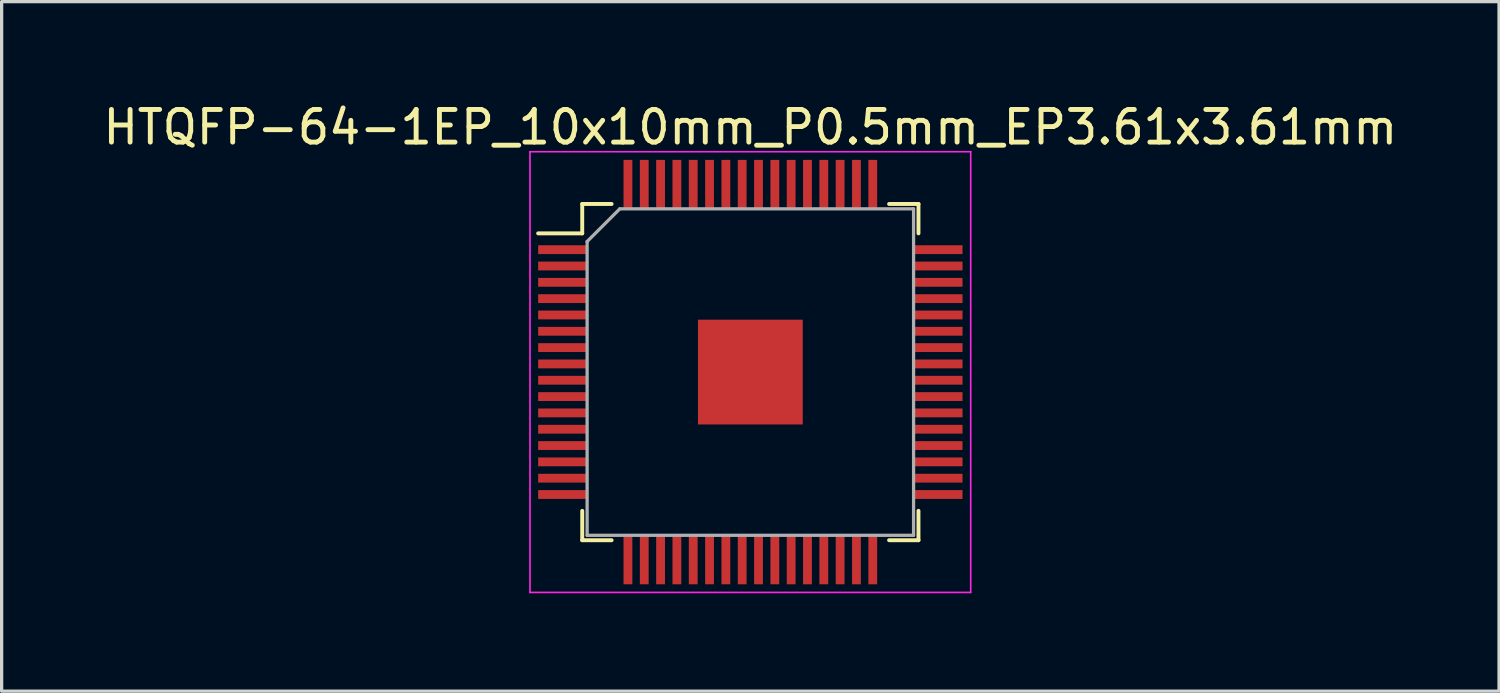
<source format=kicad_pcb>
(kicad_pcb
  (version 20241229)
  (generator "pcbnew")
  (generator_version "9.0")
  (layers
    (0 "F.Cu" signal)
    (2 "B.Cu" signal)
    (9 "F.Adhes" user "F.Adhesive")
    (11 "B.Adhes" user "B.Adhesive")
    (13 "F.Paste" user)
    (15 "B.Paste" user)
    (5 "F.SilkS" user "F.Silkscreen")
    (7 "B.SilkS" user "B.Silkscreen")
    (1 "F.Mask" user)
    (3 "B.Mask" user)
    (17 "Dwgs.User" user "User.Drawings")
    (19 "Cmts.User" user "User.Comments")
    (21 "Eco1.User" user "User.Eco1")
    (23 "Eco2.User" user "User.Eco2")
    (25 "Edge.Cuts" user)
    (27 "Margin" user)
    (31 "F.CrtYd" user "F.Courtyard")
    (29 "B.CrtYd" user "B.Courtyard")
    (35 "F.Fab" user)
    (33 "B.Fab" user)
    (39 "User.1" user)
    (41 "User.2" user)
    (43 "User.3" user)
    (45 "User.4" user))
  (footprint "HTQFP-64-1EP_10x10mm_P0.5mm_EP3.61x3.61mm"
    (layer "F.Cu")
    (at 19.935 8.348)
    (property "Reference" "HTQFP-64-1EP_10x10mm_P0.5mm_EP3.61x3.61mm" (at 0 -7.5 0) (layer "F.SilkS") (effects (font (size 1 1) (thickness 0.15))))
    (attr smd)
    (fp_line (start -5.15 -5.15) (end -5.15 -4.25) (stroke (width 0.12) (type solid)) (layer "F.SilkS"))
    (fp_line (start -5.15 -4.25) (end -6.5 -4.25) (stroke (width 0.12) (type solid)) (layer "F.SilkS"))
    (fp_line (start -5.15 5.15) (end -5.15 4.25) (stroke (width 0.12) (type solid)) (layer "F.SilkS"))
    (fp_line (start -4.25 -5.15) (end -5.15 -5.15) (stroke (width 0.12) (type solid)) (layer "F.SilkS"))
    (fp_line (start -4.25 5.15) (end -5.15 5.15) (stroke (width 0.12) (type solid)) (layer "F.SilkS"))
    (fp_line (start 4.25 -5.15) (end 5.15 -5.15) (stroke (width 0.12) (type solid)) (layer "F.SilkS"))
    (fp_line (start 4.25 5.15) (end 5.15 5.15) (stroke (width 0.12) (type solid)) (layer "F.SilkS"))
    (fp_line (start 5.15 -5.15) (end 5.15 -4.25) (stroke (width 0.12) (type solid)) (layer "F.SilkS"))
    (fp_line (start 5.15 5.15) (end 5.15 4.25) (stroke (width 0.12) (type solid)) (layer "F.SilkS"))
    (fp_line (start -6.75 -6.75) (end 6.75 -6.75) (stroke (width 0.05) (type solid)) (layer "F.CrtYd"))
    (fp_line (start -6.75 6.75) (end -6.75 -6.75) (stroke (width 0.05) (type solid)) (layer "F.CrtYd"))
    (fp_line (start 6.75 -6.75) (end 6.75 6.75) (stroke (width 0.05) (type solid)) (layer "F.CrtYd"))
    (fp_line (start 6.75 6.75) (end -6.75 6.75) (stroke (width 0.05) (type solid)) (layer "F.CrtYd"))
    (fp_line (start -5 -4) (end -5 5) (stroke (width 0.1) (type solid)) (layer "F.Fab"))
    (fp_line (start -5 5) (end 5 5) (stroke (width 0.1) (type solid)) (layer "F.Fab"))
    (fp_line (start -4 -5) (end -5 -4) (stroke (width 0.1) (type solid)) (layer "F.Fab"))
    (fp_line (start 5 -5) (end -4 -5) (stroke (width 0.1) (type solid)) (layer "F.Fab"))
    (fp_line (start 5 5) (end 5 -5) (stroke (width 0.1) (type solid)) (layer "F.Fab"))
    (pad "1" smd rect (at -5.75 -3.75 90) (size 0.27 1.5) (layers "F.Cu" "F.Mask" "F.Paste"))
    (pad "2" smd rect (at -5.75 -3.25 90) (size 0.27 1.5) (layers "F.Cu" "F.Mask" "F.Paste"))
    (pad "3" smd rect (at -5.75 -2.75 90) (size 0.27 1.5) (layers "F.Cu" "F.Mask" "F.Paste"))
    (pad "4" smd rect (at -5.75 -2.25 90) (size 0.27 1.5) (layers "F.Cu" "F.Mask" "F.Paste"))
    (pad "5" smd rect (at -5.75 -1.75 90) (size 0.27 1.5) (layers "F.Cu" "F.Mask" "F.Paste"))
    (pad "6" smd rect (at -5.75 -1.25 90) (size 0.27 1.5) (layers "F.Cu" "F.Mask" "F.Paste"))
    (pad "7" smd rect (at -5.75 -0.75 90) (size 0.27 1.5) (layers "F.Cu" "F.Mask" "F.Paste"))
    (pad "8" smd rect (at -5.75 -0.25 90) (size 0.27 1.5) (layers "F.Cu" "F.Mask" "F.Paste"))
    (pad "9" smd rect (at -5.75 0.25 90) (size 0.27 1.5) (layers "F.Cu" "F.Mask" "F.Paste"))
    (pad "10" smd rect (at -5.75 0.75 90) (size 0.27 1.5) (layers "F.Cu" "F.Mask" "F.Paste"))
    (pad "11" smd rect (at -5.75 1.25 90) (size 0.27 1.5) (layers "F.Cu" "F.Mask" "F.Paste"))
    (pad "12" smd rect (at -5.75 1.75 90) (size 0.27 1.5) (layers "F.Cu" "F.Mask" "F.Paste"))
    (pad "13" smd rect (at -5.75 2.25 90) (size 0.27 1.5) (layers "F.Cu" "F.Mask" "F.Paste"))
    (pad "14" smd rect (at -5.75 2.75 90) (size 0.27 1.5) (layers "F.Cu" "F.Mask" "F.Paste"))
    (pad "15" smd rect (at -5.75 3.25 90) (size 0.27 1.5) (layers "F.Cu" "F.Mask" "F.Paste"))
    (pad "16" smd rect (at -5.75 3.75 90) (size 0.27 1.5) (layers "F.Cu" "F.Mask" "F.Paste"))
    (pad "17" smd rect (at -3.75 5.75) (size 0.27 1.5) (layers "F.Cu" "F.Mask" "F.Paste"))
    (pad "18" smd rect (at -3.25 5.75) (size 0.27 1.5) (layers "F.Cu" "F.Mask" "F.Paste"))
    (pad "19" smd rect (at -2.75 5.75) (size 0.27 1.5) (layers "F.Cu" "F.Mask" "F.Paste"))
    (pad "20" smd rect (at -2.25 5.75) (size 0.27 1.5) (layers "F.Cu" "F.Mask" "F.Paste"))
    (pad "21" smd rect (at -1.75 5.75) (size 0.27 1.5) (layers "F.Cu" "F.Mask" "F.Paste"))
    (pad "22" smd rect (at -1.25 5.75) (size 0.27 1.5) (layers "F.Cu" "F.Mask" "F.Paste"))
    (pad "23" smd rect (at -0.75 5.75) (size 0.27 1.5) (layers "F.Cu" "F.Mask" "F.Paste"))
    (pad "24" smd rect (at -0.25 5.75) (size 0.27 1.5) (layers "F.Cu" "F.Mask" "F.Paste"))
    (pad "25" smd rect (at 0.25 5.75) (size 0.27 1.5) (layers "F.Cu" "F.Mask" "F.Paste"))
    (pad "26" smd rect (at 0.75 5.75) (size 0.27 1.5) (layers "F.Cu" "F.Mask" "F.Paste"))
    (pad "27" smd rect (at 1.25 5.75) (size 0.27 1.5) (layers "F.Cu" "F.Mask" "F.Paste"))
    (pad "28" smd rect (at 1.75 5.75) (size 0.27 1.5) (layers "F.Cu" "F.Mask" "F.Paste"))
    (pad "29" smd rect (at 2.25 5.75) (size 0.27 1.5) (layers "F.Cu" "F.Mask" "F.Paste"))
    (pad "30" smd rect (at 2.75 5.75) (size 0.27 1.5) (layers "F.Cu" "F.Mask" "F.Paste"))
    (pad "31" smd rect (at 3.25 5.75) (size 0.27 1.5) (layers "F.Cu" "F.Mask" "F.Paste"))
    (pad "32" smd rect (at 3.75 5.75) (size 0.27 1.5) (layers "F.Cu" "F.Mask" "F.Paste"))
    (pad "33" smd rect (at 5.75 3.75 90) (size 0.27 1.5) (layers "F.Cu" "F.Mask" "F.Paste"))
    (pad "34" smd rect (at 5.75 3.25 90) (size 0.27 1.5) (layers "F.Cu" "F.Mask" "F.Paste"))
    (pad "35" smd rect (at 5.75 2.75 90) (size 0.27 1.5) (layers "F.Cu" "F.Mask" "F.Paste"))
    (pad "36" smd rect (at 5.75 2.25 90) (size 0.27 1.5) (layers "F.Cu" "F.Mask" "F.Paste"))
    (pad "37" smd rect (at 5.75 1.75 90) (size 0.27 1.5) (layers "F.Cu" "F.Mask" "F.Paste"))
    (pad "38" smd rect (at 5.75 1.25 90) (size 0.27 1.5) (layers "F.Cu" "F.Mask" "F.Paste"))
    (pad "39" smd rect (at 5.75 0.75 90) (size 0.27 1.5) (layers "F.Cu" "F.Mask" "F.Paste"))
    (pad "40" smd rect (at 5.75 0.25 90) (size 0.27 1.5) (layers "F.Cu" "F.Mask" "F.Paste"))
    (pad "41" smd rect (at 5.75 -0.25 90) (size 0.27 1.5) (layers "F.Cu" "F.Mask" "F.Paste"))
    (pad "42" smd rect (at 5.75 -0.75 90) (size 0.27 1.5) (layers "F.Cu" "F.Mask" "F.Paste"))
    (pad "43" smd rect (at 5.75 -1.25 90) (size 0.27 1.5) (layers "F.Cu" "F.Mask" "F.Paste"))
    (pad "44" smd rect (at 5.75 -1.75 90) (size 0.27 1.5) (layers "F.Cu" "F.Mask" "F.Paste"))
    (pad "45" smd rect (at 5.75 -2.25 90) (size 0.27 1.5) (layers "F.Cu" "F.Mask" "F.Paste"))
    (pad "46" smd rect (at 5.75 -2.75 90) (size 0.27 1.5) (layers "F.Cu" "F.Mask" "F.Paste"))
    (pad "47" smd rect (at 5.75 -3.25 90) (size 0.27 1.5) (layers "F.Cu" "F.Mask" "F.Paste"))
    (pad "48" smd rect (at 5.75 -3.75 90) (size 0.27 1.5) (layers "F.Cu" "F.Mask" "F.Paste"))
    (pad "49" smd rect (at 3.75 -5.75) (size 0.27 1.5) (layers "F.Cu" "F.Mask" "F.Paste"))
    (pad "50" smd rect (at 3.25 -5.75) (size 0.27 1.5) (layers "F.Cu" "F.Mask" "F.Paste"))
    (pad "51" smd rect (at 2.75 -5.75) (size 0.27 1.5) (layers "F.Cu" "F.Mask" "F.Paste"))
    (pad "52" smd rect (at 2.25 -5.75) (size 0.27 1.5) (layers "F.Cu" "F.Mask" "F.Paste"))
    (pad "53" smd rect (at 1.75 -5.75) (size 0.27 1.5) (layers "F.Cu" "F.Mask" "F.Paste"))
    (pad "54" smd rect (at 1.25 -5.75) (size 0.27 1.5) (layers "F.Cu" "F.Mask" "F.Paste"))
    (pad "55" smd rect (at 0.75 -5.75) (size 0.27 1.5) (layers "F.Cu" "F.Mask" "F.Paste"))
    (pad "56" smd rect (at 0.25 -5.75) (size 0.27 1.5) (layers "F.Cu" "F.Mask" "F.Paste"))
    (pad "57" smd rect (at -0.25 -5.75) (size 0.27 1.5) (layers "F.Cu" "F.Mask" "F.Paste"))
    (pad "58" smd rect (at -0.75 -5.75) (size 0.27 1.5) (layers "F.Cu" "F.Mask" "F.Paste"))
    (pad "59" smd rect (at -1.25 -5.75) (size 0.27 1.5) (layers "F.Cu" "F.Mask" "F.Paste"))
    (pad "60" smd rect (at -1.75 -5.75) (size 0.27 1.5) (layers "F.Cu" "F.Mask" "F.Paste"))
    (pad "61" smd rect (at -2.25 -5.75) (size 0.27 1.5) (layers "F.Cu" "F.Mask" "F.Paste"))
    (pad "62" smd rect (at -2.75 -5.75) (size 0.27 1.5) (layers "F.Cu" "F.Mask" "F.Paste"))
    (pad "63" smd rect (at -3.25 -5.75) (size 0.27 1.5) (layers "F.Cu" "F.Mask" "F.Paste"))
    (pad "64" smd rect (at -3.75 -5.75) (size 0.27 1.5) (layers "F.Cu" "F.Mask" "F.Paste"))
    (pad "EPAD" smd rect (at 0 0) (size 3.21 3.21) (layers "F.Cu" "F.Mask" "F.Paste")))
  (gr_rect
    (start -3 -3)
    (end 42.869 18.123)
    (stroke (width 0.1) (type default))
    (fill no)
    (layer "Edge.Cuts")))
</source>
